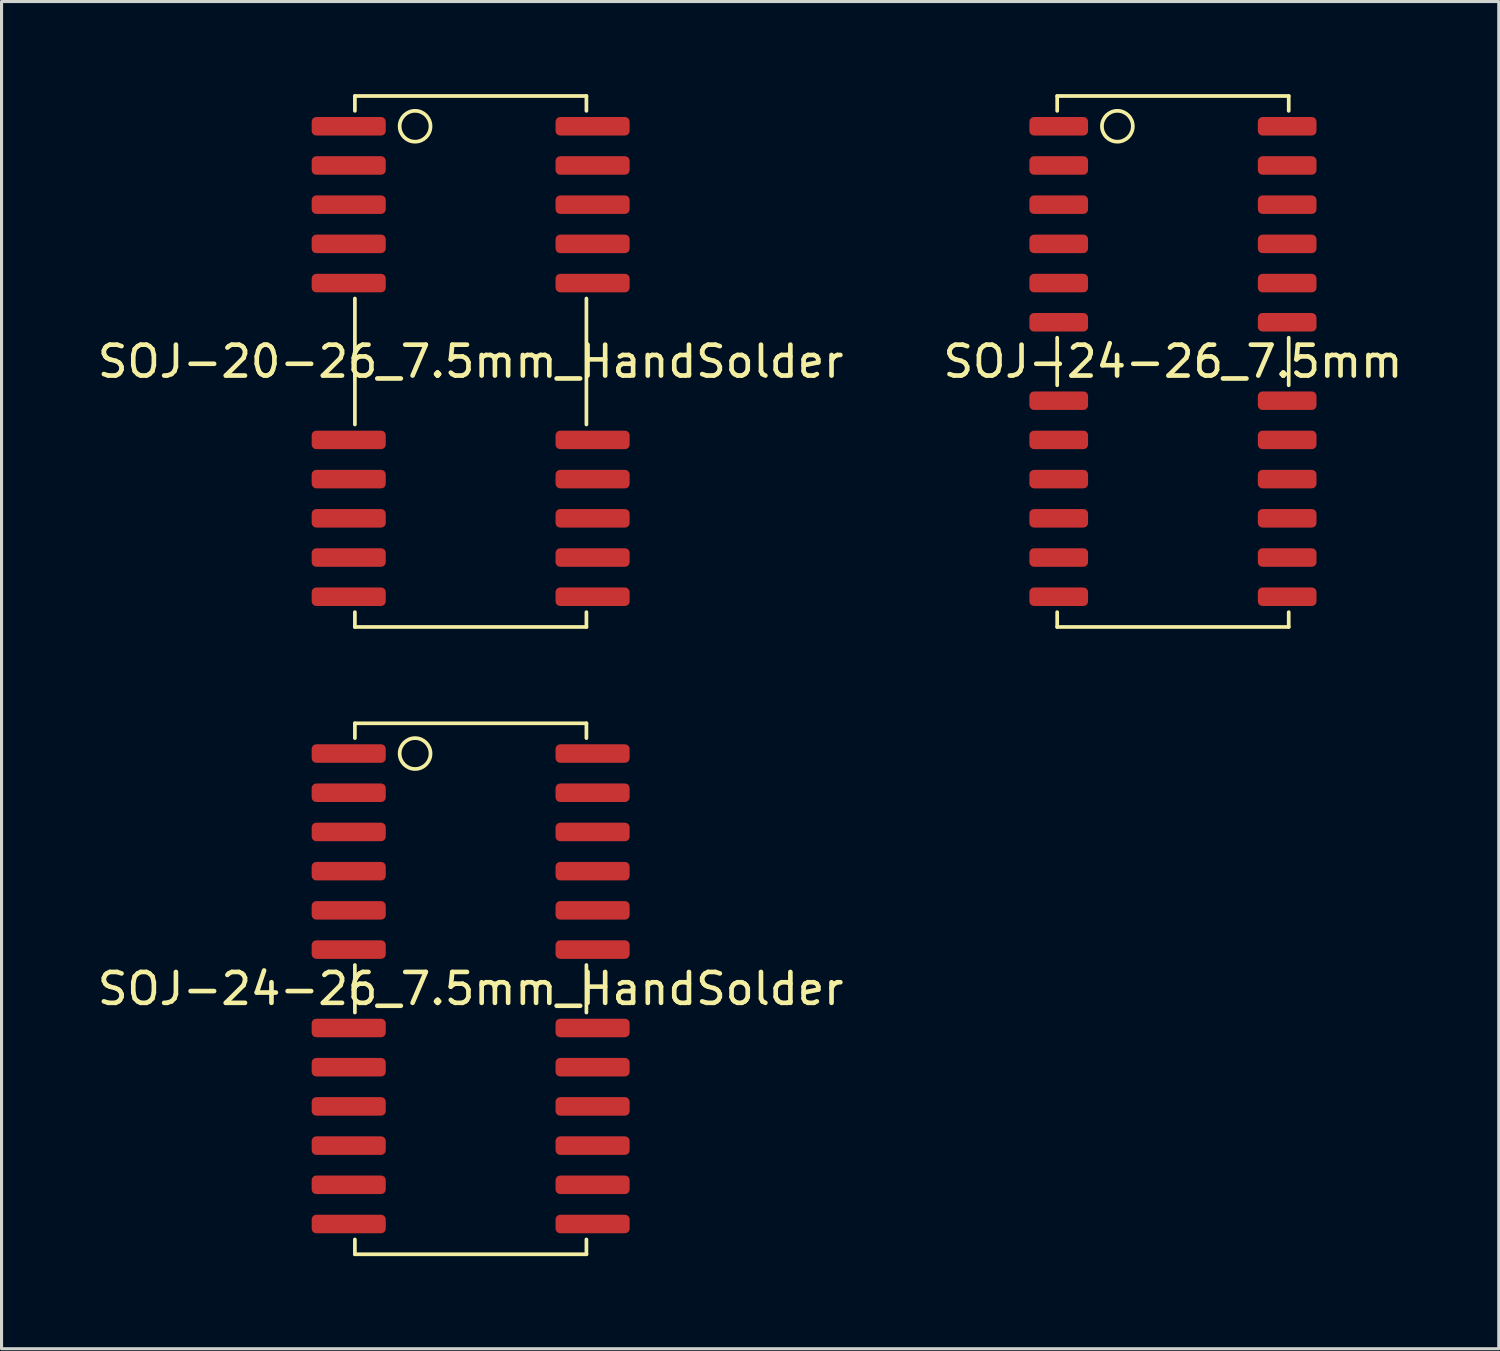
<source format=kicad_pcb>
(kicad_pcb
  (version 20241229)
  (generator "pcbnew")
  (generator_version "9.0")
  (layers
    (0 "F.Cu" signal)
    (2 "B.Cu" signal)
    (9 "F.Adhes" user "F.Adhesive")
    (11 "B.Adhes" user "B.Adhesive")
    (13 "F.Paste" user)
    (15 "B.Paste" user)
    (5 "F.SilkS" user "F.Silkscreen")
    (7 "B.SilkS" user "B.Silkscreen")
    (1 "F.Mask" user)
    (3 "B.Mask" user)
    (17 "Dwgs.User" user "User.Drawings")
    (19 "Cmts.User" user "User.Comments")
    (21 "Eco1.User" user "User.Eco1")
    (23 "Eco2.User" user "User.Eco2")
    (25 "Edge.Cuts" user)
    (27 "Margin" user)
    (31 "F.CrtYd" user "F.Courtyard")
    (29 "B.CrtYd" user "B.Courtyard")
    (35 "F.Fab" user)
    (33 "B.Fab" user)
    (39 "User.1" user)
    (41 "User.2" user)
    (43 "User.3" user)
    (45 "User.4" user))
  (footprint "SOJ-24-26_7.5mm"
    (layer "F.Cu")
    (at 34.946 8.66)
    (property "Reference" "SOJ-24-26_7.5mm" (at 0 0 0) (layer "F.SilkS") (effects (font (size 1 1) (thickness 0.15))))
    (attr smd)
    (fp_line (start -3.75 -8.6) (end -3.75 -8.12) (stroke (width 0.12) (type solid)) (layer "F.SilkS"))
    (fp_line (start -3.75 -8.6) (end 3.75 -8.6) (stroke (width 0.12) (type solid)) (layer "F.SilkS"))
    (fp_line (start -3.75 -0.77) (end -3.75 0.77) (stroke (width 0.12) (type solid)) (layer "F.SilkS"))
    (fp_line (start -3.75 8.6) (end -3.75 8.12) (stroke (width 0.12) (type solid)) (layer "F.SilkS"))
    (fp_line (start 3.75 -8.6) (end 3.75 -8.12) (stroke (width 0.12) (type solid)) (layer "F.SilkS"))
    (fp_line (start 3.75 -0.77) (end 3.75 0.77) (stroke (width 0.12) (type solid)) (layer "F.SilkS"))
    (fp_line (start 3.75 8.6) (end -3.75 8.6) (stroke (width 0.12) (type solid)) (layer "F.SilkS"))
    (fp_line (start 3.75 8.6) (end 3.75 8.12) (stroke (width 0.12) (type solid)) (layer "F.SilkS"))
    (fp_circle (center -1.8 -7.62) (end -1.3 -7.62) (stroke (width 0.12) (type solid)) (fill no) (layer "F.SilkS"))
    (pad "1" smd roundrect (at -3.7 -7.62) (size 1.9 0.6) (layers "F.Cu" "F.Mask" "F.Paste") (roundrect_rratio 0.25))
    (pad "2" smd roundrect (at -3.7 -6.35) (size 1.9 0.6) (layers "F.Cu" "F.Mask" "F.Paste") (roundrect_rratio 0.25))
    (pad "3" smd roundrect (at -3.7 -5.08) (size 1.9 0.6) (layers "F.Cu" "F.Mask" "F.Paste") (roundrect_rratio 0.25))
    (pad "4" smd roundrect (at -3.7 -3.81) (size 1.9 0.6) (layers "F.Cu" "F.Mask" "F.Paste") (roundrect_rratio 0.25))
    (pad "5" smd roundrect (at -3.7 -2.54) (size 1.9 0.6) (layers "F.Cu" "F.Mask" "F.Paste") (roundrect_rratio 0.25))
    (pad "6" smd roundrect (at -3.7 -1.27) (size 1.9 0.6) (layers "F.Cu" "F.Mask" "F.Paste") (roundrect_rratio 0.25))
    (pad "8" smd roundrect (at -3.7 1.27) (size 1.9 0.6) (layers "F.Cu" "F.Mask" "F.Paste") (roundrect_rratio 0.25))
    (pad "9" smd roundrect (at -3.7 2.54) (size 1.9 0.6) (layers "F.Cu" "F.Mask" "F.Paste") (roundrect_rratio 0.25))
    (pad "10" smd roundrect (at -3.7 3.81) (size 1.9 0.6) (layers "F.Cu" "F.Mask" "F.Paste") (roundrect_rratio 0.25))
    (pad "11" smd roundrect (at -3.7 5.08) (size 1.9 0.6) (layers "F.Cu" "F.Mask" "F.Paste") (roundrect_rratio 0.25))
    (pad "12" smd roundrect (at -3.7 6.35) (size 1.9 0.6) (layers "F.Cu" "F.Mask" "F.Paste") (roundrect_rratio 0.25))
    (pad "13" smd roundrect (at -3.7 7.62) (size 1.9 0.6) (layers "F.Cu" "F.Mask" "F.Paste") (roundrect_rratio 0.25))
    (pad "14" smd roundrect (at 3.7 7.62) (size 1.9 0.6) (layers "F.Cu" "F.Mask" "F.Paste") (roundrect_rratio 0.25))
    (pad "15" smd roundrect (at 3.7 6.35) (size 1.9 0.6) (layers "F.Cu" "F.Mask" "F.Paste") (roundrect_rratio 0.25))
    (pad "16" smd roundrect (at 3.7 5.08) (size 1.9 0.6) (layers "F.Cu" "F.Mask" "F.Paste") (roundrect_rratio 0.25))
    (pad "17" smd roundrect (at 3.7 3.81) (size 1.9 0.6) (layers "F.Cu" "F.Mask" "F.Paste") (roundrect_rratio 0.25))
    (pad "18" smd roundrect (at 3.7 2.54) (size 1.9 0.6) (layers "F.Cu" "F.Mask" "F.Paste") (roundrect_rratio 0.25))
    (pad "19" smd roundrect (at 3.7 1.27) (size 1.9 0.6) (layers "F.Cu" "F.Mask" "F.Paste") (roundrect_rratio 0.25))
    (pad "21" smd roundrect (at 3.7 -1.27) (size 1.9 0.6) (layers "F.Cu" "F.Mask" "F.Paste") (roundrect_rratio 0.25))
    (pad "22" smd roundrect (at 3.7 -2.54) (size 1.9 0.6) (layers "F.Cu" "F.Mask" "F.Paste") (roundrect_rratio 0.25))
    (pad "23" smd roundrect (at 3.7 -3.81) (size 1.9 0.6) (layers "F.Cu" "F.Mask" "F.Paste") (roundrect_rratio 0.25))
    (pad "24" smd roundrect (at 3.7 -5.08) (size 1.9 0.6) (layers "F.Cu" "F.Mask" "F.Paste") (roundrect_rratio 0.25))
    (pad "25" smd roundrect (at 3.7 -6.35) (size 1.9 0.6) (layers "F.Cu" "F.Mask" "F.Paste") (roundrect_rratio 0.25))
    (pad "26" smd roundrect (at 3.7 -7.62) (size 1.9 0.6) (layers "F.Cu" "F.Mask" "F.Paste") (roundrect_rratio 0.25)))
  (footprint "SOJ-24-26_7.5mm_HandSolder"
    (layer "F.Cu")
    (at 12.196 28.98)
    (property "Reference" "SOJ-24-26_7.5mm_HandSolder" (at 0 0 0) (layer "F.SilkS") (effects (font (size 1 1) (thickness 0.15))))
    (attr smd)
    (fp_line (start -3.75 -8.6) (end -3.75 -8.12) (stroke (width 0.12) (type solid)) (layer "F.SilkS"))
    (fp_line (start -3.75 -8.6) (end 3.75 -8.6) (stroke (width 0.12) (type solid)) (layer "F.SilkS"))
    (fp_line (start -3.75 -0.77) (end -3.75 0.77) (stroke (width 0.12) (type solid)) (layer "F.SilkS"))
    (fp_line (start -3.75 8.6) (end -3.75 8.12) (stroke (width 0.12) (type solid)) (layer "F.SilkS"))
    (fp_line (start 3.75 -8.6) (end 3.75 -8.12) (stroke (width 0.12) (type solid)) (layer "F.SilkS"))
    (fp_line (start 3.75 -0.77) (end 3.75 0.77) (stroke (width 0.12) (type solid)) (layer "F.SilkS"))
    (fp_line (start 3.75 8.6) (end -3.75 8.6) (stroke (width 0.12) (type solid)) (layer "F.SilkS"))
    (fp_line (start 3.75 8.6) (end 3.75 8.12) (stroke (width 0.12) (type solid)) (layer "F.SilkS"))
    (fp_circle (center -1.8 -7.62) (end -1.3 -7.62) (stroke (width 0.12) (type solid)) (fill no) (layer "F.SilkS"))
    (pad "1" smd roundrect (at -3.7 -7.62) (size 2.4 0.6) (drill (offset -0.25 0)) (layers "F.Cu" "F.Mask" "F.Paste") (roundrect_rratio 0.25))
    (pad "2" smd roundrect (at -3.7 -6.35) (size 2.4 0.6) (drill (offset -0.25 0)) (layers "F.Cu" "F.Mask" "F.Paste") (roundrect_rratio 0.25))
    (pad "3" smd roundrect (at -3.7 -5.08) (size 2.4 0.6) (drill (offset -0.25 0)) (layers "F.Cu" "F.Mask" "F.Paste") (roundrect_rratio 0.25))
    (pad "4" smd roundrect (at -3.7 -3.81) (size 2.4 0.6) (drill (offset -0.25 0)) (layers "F.Cu" "F.Mask" "F.Paste") (roundrect_rratio 0.25))
    (pad "5" smd roundrect (at -3.7 -2.54) (size 2.4 0.6) (drill (offset -0.25 0)) (layers "F.Cu" "F.Mask" "F.Paste") (roundrect_rratio 0.25))
    (pad "6" smd roundrect (at -3.7 -1.27) (size 2.4 0.6) (drill (offset -0.25 0)) (layers "F.Cu" "F.Mask" "F.Paste") (roundrect_rratio 0.25))
    (pad "8" smd roundrect (at -3.7 1.27) (size 2.4 0.6) (drill (offset -0.25 0)) (layers "F.Cu" "F.Mask" "F.Paste") (roundrect_rratio 0.25))
    (pad "9" smd roundrect (at -3.7 2.54) (size 2.4 0.6) (drill (offset -0.25 0)) (layers "F.Cu" "F.Mask" "F.Paste") (roundrect_rratio 0.25))
    (pad "10" smd roundrect (at -3.7 3.81) (size 2.4 0.6) (drill (offset -0.25 0)) (layers "F.Cu" "F.Mask" "F.Paste") (roundrect_rratio 0.25))
    (pad "11" smd roundrect (at -3.7 5.08) (size 2.4 0.6) (drill (offset -0.25 0)) (layers "F.Cu" "F.Mask" "F.Paste") (roundrect_rratio 0.25))
    (pad "12" smd roundrect (at -3.7 6.35) (size 2.4 0.6) (drill (offset -0.25 0)) (layers "F.Cu" "F.Mask" "F.Paste") (roundrect_rratio 0.25))
    (pad "13" smd roundrect (at -3.7 7.62) (size 2.4 0.6) (drill (offset -0.25 0)) (layers "F.Cu" "F.Mask" "F.Paste") (roundrect_rratio 0.25))
    (pad "14" smd roundrect (at 3.7 7.62) (size 2.4 0.6) (drill (offset 0.25 0)) (layers "F.Cu" "F.Mask" "F.Paste") (roundrect_rratio 0.25))
    (pad "15" smd roundrect (at 3.7 6.35) (size 2.4 0.6) (drill (offset 0.25 0)) (layers "F.Cu" "F.Mask" "F.Paste") (roundrect_rratio 0.25))
    (pad "16" smd roundrect (at 3.7 5.08) (size 2.4 0.6) (drill (offset 0.25 0)) (layers "F.Cu" "F.Mask" "F.Paste") (roundrect_rratio 0.25))
    (pad "17" smd roundrect (at 3.7 3.81) (size 2.4 0.6) (drill (offset 0.25 0)) (layers "F.Cu" "F.Mask" "F.Paste") (roundrect_rratio 0.25))
    (pad "18" smd roundrect (at 3.7 2.54) (size 2.4 0.6) (drill (offset 0.25 0)) (layers "F.Cu" "F.Mask" "F.Paste") (roundrect_rratio 0.25))
    (pad "19" smd roundrect (at 3.7 1.27) (size 2.4 0.6) (drill (offset 0.25 0)) (layers "F.Cu" "F.Mask" "F.Paste") (roundrect_rratio 0.25))
    (pad "21" smd roundrect (at 3.7 -1.27) (size 2.4 0.6) (drill (offset 0.25 0)) (layers "F.Cu" "F.Mask" "F.Paste") (roundrect_rratio 0.25))
    (pad "22" smd roundrect (at 3.7 -2.54) (size 2.4 0.6) (drill (offset 0.25 0)) (layers "F.Cu" "F.Mask" "F.Paste") (roundrect_rratio 0.25))
    (pad "23" smd roundrect (at 3.7 -3.81) (size 2.4 0.6) (drill (offset 0.25 0)) (layers "F.Cu" "F.Mask" "F.Paste") (roundrect_rratio 0.25))
    (pad "24" smd roundrect (at 3.7 -5.08) (size 2.4 0.6) (drill (offset 0.25 0)) (layers "F.Cu" "F.Mask" "F.Paste") (roundrect_rratio 0.25))
    (pad "25" smd roundrect (at 3.7 -6.35) (size 2.4 0.6) (drill (offset 0.25 0)) (layers "F.Cu" "F.Mask" "F.Paste") (roundrect_rratio 0.25))
    (pad "26" smd roundrect (at 3.7 -7.62) (size 2.4 0.6) (drill (offset 0.25 0)) (layers "F.Cu" "F.Mask" "F.Paste") (roundrect_rratio 0.25)))
  (footprint "SOJ-20-26_7.5mm_HandSolder"
    (layer "F.Cu")
    (at 12.196 8.66)
    (property "Reference" "SOJ-20-26_7.5mm_HandSolder" (at 0 0 0) (layer "F.SilkS") (effects (font (size 1 1) (thickness 0.15))))
    (attr smd)
    (fp_line (start -3.75 -8.6) (end -3.75 -8.12) (stroke (width 0.12) (type solid)) (layer "F.SilkS"))
    (fp_line (start -3.75 -8.6) (end 3.75 -8.6) (stroke (width 0.12) (type solid)) (layer "F.SilkS"))
    (fp_line (start -3.75 2.04) (end -3.75 -2.04) (stroke (width 0.12) (type solid)) (layer "F.SilkS"))
    (fp_line (start -3.75 8.6) (end -3.75 8.12) (stroke (width 0.12) (type solid)) (layer "F.SilkS"))
    (fp_line (start 3.75 -8.6) (end 3.75 -8.12) (stroke (width 0.12) (type solid)) (layer "F.SilkS"))
    (fp_line (start 3.75 2.04) (end 3.75 -2.04) (stroke (width 0.12) (type solid)) (layer "F.SilkS"))
    (fp_line (start 3.75 8.6) (end -3.75 8.6) (stroke (width 0.12) (type solid)) (layer "F.SilkS"))
    (fp_line (start 3.75 8.6) (end 3.75 8.12) (stroke (width 0.12) (type solid)) (layer "F.SilkS"))
    (fp_circle (center -1.8 -7.62) (end -1.3 -7.62) (stroke (width 0.12) (type solid)) (fill no) (layer "F.SilkS"))
    (pad "1" smd roundrect (at -3.7 -7.62) (size 2.4 0.6) (drill (offset -0.25 0)) (layers "F.Cu" "F.Mask" "F.Paste") (roundrect_rratio 0.25))
    (pad "2" smd roundrect (at -3.7 -6.35) (size 2.4 0.6) (drill (offset -0.25 0)) (layers "F.Cu" "F.Mask" "F.Paste") (roundrect_rratio 0.25))
    (pad "3" smd roundrect (at -3.7 -5.08) (size 2.4 0.6) (drill (offset -0.25 0)) (layers "F.Cu" "F.Mask" "F.Paste") (roundrect_rratio 0.25))
    (pad "4" smd roundrect (at -3.7 -3.81) (size 2.4 0.6) (drill (offset -0.25 0)) (layers "F.Cu" "F.Mask" "F.Paste") (roundrect_rratio 0.25))
    (pad "5" smd roundrect (at -3.7 -2.54) (size 2.4 0.6) (drill (offset -0.25 0)) (layers "F.Cu" "F.Mask" "F.Paste") (roundrect_rratio 0.25))
    (pad "9" smd roundrect (at -3.7 2.54) (size 2.4 0.6) (drill (offset -0.25 0)) (layers "F.Cu" "F.Mask" "F.Paste") (roundrect_rratio 0.25))
    (pad "10" smd roundrect (at -3.7 3.81) (size 2.4 0.6) (drill (offset -0.25 0)) (layers "F.Cu" "F.Mask" "F.Paste") (roundrect_rratio 0.25))
    (pad "11" smd roundrect (at -3.7 5.08) (size 2.4 0.6) (drill (offset -0.25 0)) (layers "F.Cu" "F.Mask" "F.Paste") (roundrect_rratio 0.25))
    (pad "12" smd roundrect (at -3.7 6.35) (size 2.4 0.6) (drill (offset -0.25 0)) (layers "F.Cu" "F.Mask" "F.Paste") (roundrect_rratio 0.25))
    (pad "13" smd roundrect (at -3.7 7.62) (size 2.4 0.6) (drill (offset -0.25 0)) (layers "F.Cu" "F.Mask" "F.Paste") (roundrect_rratio 0.25))
    (pad "14" smd roundrect (at 3.7 7.62) (size 2.4 0.6) (drill (offset 0.25 0)) (layers "F.Cu" "F.Mask" "F.Paste") (roundrect_rratio 0.25))
    (pad "15" smd roundrect (at 3.7 6.35) (size 2.4 0.6) (drill (offset 0.25 0)) (layers "F.Cu" "F.Mask" "F.Paste") (roundrect_rratio 0.25))
    (pad "16" smd roundrect (at 3.7 5.08) (size 2.4 0.6) (drill (offset 0.25 0)) (layers "F.Cu" "F.Mask" "F.Paste") (roundrect_rratio 0.25))
    (pad "17" smd roundrect (at 3.7 3.81) (size 2.4 0.6) (drill (offset 0.25 0)) (layers "F.Cu" "F.Mask" "F.Paste") (roundrect_rratio 0.25))
    (pad "18" smd roundrect (at 3.7 2.54) (size 2.4 0.6) (drill (offset 0.25 0)) (layers "F.Cu" "F.Mask" "F.Paste") (roundrect_rratio 0.25))
    (pad "22" smd roundrect (at 3.7 -2.54) (size 2.4 0.6) (drill (offset 0.25 0)) (layers "F.Cu" "F.Mask" "F.Paste") (roundrect_rratio 0.25))
    (pad "23" smd roundrect (at 3.7 -3.81) (size 2.4 0.6) (drill (offset 0.25 0)) (layers "F.Cu" "F.Mask" "F.Paste") (roundrect_rratio 0.25))
    (pad "24" smd roundrect (at 3.7 -5.08) (size 2.4 0.6) (drill (offset 0.25 0)) (layers "F.Cu" "F.Mask" "F.Paste") (roundrect_rratio 0.25))
    (pad "25" smd roundrect (at 3.7 -6.35) (size 2.4 0.6) (drill (offset 0.25 0)) (layers "F.Cu" "F.Mask" "F.Paste") (roundrect_rratio 0.25))
    (pad "26" smd roundrect (at 3.7 -7.62) (size 2.4 0.6) (drill (offset 0.25 0)) (layers "F.Cu" "F.Mask" "F.Paste") (roundrect_rratio 0.25)))
  (gr_rect
    (start -3 -3)
    (end 45.5 40.64)
    (stroke (width 0.1) (type default))
    (fill no)
    (layer "Edge.Cuts")))
</source>
